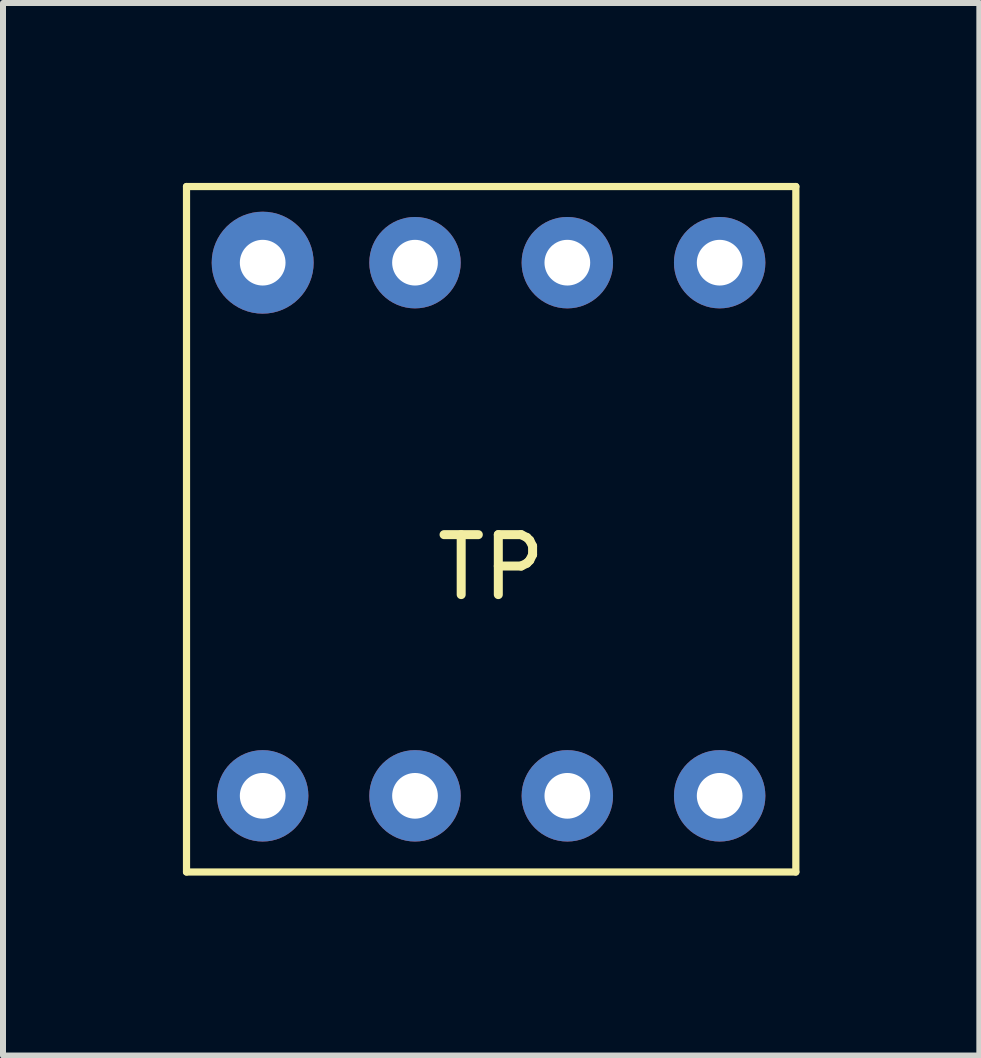
<source format=kicad_pcb>
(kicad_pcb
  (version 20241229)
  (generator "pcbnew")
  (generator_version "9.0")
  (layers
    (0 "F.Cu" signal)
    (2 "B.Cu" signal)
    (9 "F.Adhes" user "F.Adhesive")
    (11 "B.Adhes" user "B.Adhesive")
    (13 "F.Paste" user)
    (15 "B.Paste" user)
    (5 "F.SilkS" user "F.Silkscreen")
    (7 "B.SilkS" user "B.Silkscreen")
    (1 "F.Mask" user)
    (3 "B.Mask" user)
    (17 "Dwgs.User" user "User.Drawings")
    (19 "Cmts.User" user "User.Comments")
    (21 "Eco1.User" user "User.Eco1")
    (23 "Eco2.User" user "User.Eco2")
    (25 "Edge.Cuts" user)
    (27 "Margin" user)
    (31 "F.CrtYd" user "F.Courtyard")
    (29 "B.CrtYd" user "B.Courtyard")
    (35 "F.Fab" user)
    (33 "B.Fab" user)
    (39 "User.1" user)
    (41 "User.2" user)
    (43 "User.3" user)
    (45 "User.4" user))
  (footprint "TP"
    (layer "F.Cu")
    (at 3.87 1.33)
    (property "Reference" "TP" (at 1.27 5.08 0) (layer "F.SilkS") (effects (font (size 1 1) (thickness 0.15))))
    (attr through_hole)
    (fp_line (start -3.81 -1.27) (end -3.81 10.16) (stroke (width 0.12) (type solid)) (layer "F.SilkS"))
    (fp_line (start -3.81 -1.27) (end 6.35 -1.27) (stroke (width 0.12) (type solid)) (layer "F.SilkS"))
    (fp_line (start 6.35 -1.27) (end 6.35 10.16) (stroke (width 0.12) (type solid)) (layer "F.SilkS"))
    (fp_line (start 6.35 10.16) (end -3.81 10.16) (stroke (width 0.12) (type solid)) (layer "F.SilkS"))
    (pad "1" thru_hole circle (at -2.54 0) (size 1.7 1.7) (drill 0.762) (layers "*.Cu" "*.Mask"))
    (pad "2" thru_hole circle (at 0 0) (size 1.524 1.524) (drill 0.762) (layers "*.Cu" "*.Mask"))
    (pad "3" thru_hole circle (at 2.54 0) (size 1.524 1.524) (drill 0.762) (layers "*.Cu" "*.Mask"))
    (pad "4" thru_hole circle (at 5.08 0) (size 1.524 1.524) (drill 0.762) (layers "*.Cu" "*.Mask"))
    (pad "5" thru_hole circle (at -2.54 8.89) (size 1.524 1.524) (drill 0.762) (layers "*.Cu" "*.Mask"))
    (pad "6" thru_hole circle (at 0 8.89) (size 1.524 1.524) (drill 0.762) (layers "*.Cu" "*.Mask"))
    (pad "7" thru_hole circle (at 2.54 8.89) (size 1.524 1.524) (drill 0.762) (layers "*.Cu" "*.Mask"))
    (pad "8" thru_hole circle (at 5.08 8.89) (size 1.524 1.524) (drill 0.762) (layers "*.Cu" "*.Mask")))
  (gr_rect
    (start -3 -3)
    (end 13.28 14.55)
    (stroke (width 0.1) (type default))
    (fill no)
    (layer "Edge.Cuts")))
</source>
